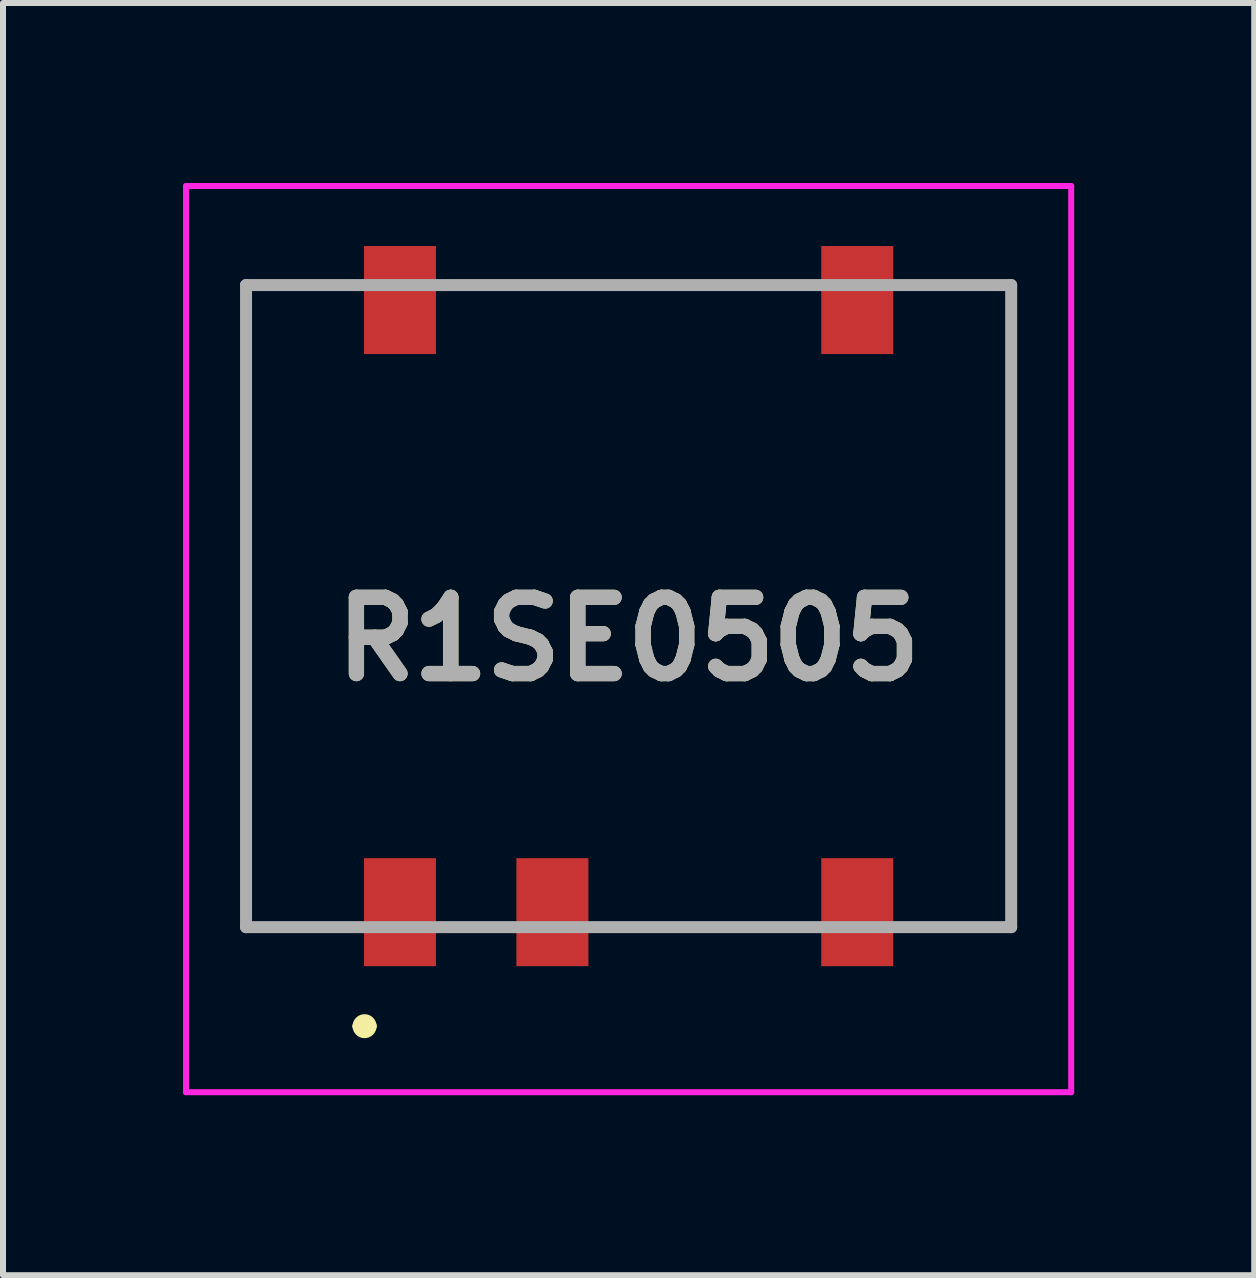
<source format=kicad_pcb>
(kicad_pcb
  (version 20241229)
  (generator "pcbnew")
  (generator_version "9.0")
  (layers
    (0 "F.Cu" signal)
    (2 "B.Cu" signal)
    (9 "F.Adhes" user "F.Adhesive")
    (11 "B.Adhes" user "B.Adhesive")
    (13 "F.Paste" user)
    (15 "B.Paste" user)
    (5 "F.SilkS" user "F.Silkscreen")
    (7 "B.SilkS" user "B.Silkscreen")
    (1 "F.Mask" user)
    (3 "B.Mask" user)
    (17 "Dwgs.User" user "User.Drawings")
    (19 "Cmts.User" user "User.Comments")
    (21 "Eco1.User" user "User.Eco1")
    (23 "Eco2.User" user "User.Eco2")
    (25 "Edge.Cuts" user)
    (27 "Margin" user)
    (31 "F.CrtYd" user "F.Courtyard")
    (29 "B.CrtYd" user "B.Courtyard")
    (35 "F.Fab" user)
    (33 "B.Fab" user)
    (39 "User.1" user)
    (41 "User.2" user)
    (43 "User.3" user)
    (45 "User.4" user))
  (footprint "R1SE0505"
    (layer "F.Cu")
    (at 7.425 7.05)
    (property "Reference" "R1SE0505" (at 0 0.55 0) (layer "F.SilkS") (effects (font (size 1.27 1.27) (thickness 0.254))))
    (attr smd)
    (fp_line (start -6.375 -5.35) (end -6.375 5.35) (stroke (width 0.1) (type solid)) (layer "F.SilkS"))
    (fp_line (start -6.375 5.35) (end -5 5.35) (stroke (width 0.1) (type solid)) (layer "F.SilkS"))
    (fp_line (start -5 -5.35) (end -6.375 -5.35) (stroke (width 0.1) (type solid)) (layer "F.SilkS"))
    (fp_line (start -4.5 7) (end -4.5 7) (stroke (width 0.2) (type solid)) (layer "F.SilkS"))
    (fp_line (start -4.3 7) (end -4.3 7) (stroke (width 0.2) (type solid)) (layer "F.SilkS"))
    (fp_line (start -2.5 -5.35) (end 2.5 -5.35) (stroke (width 0.1) (type solid)) (layer "F.SilkS"))
    (fp_line (start 0 5.35) (end 2.5 5.35) (stroke (width 0.1) (type solid)) (layer "F.SilkS"))
    (fp_line (start 5 -5.35) (end 6.375 -5.35) (stroke (width 0.1) (type solid)) (layer "F.SilkS"))
    (fp_line (start 6.375 -5.35) (end 6.375 5.35) (stroke (width 0.1) (type solid)) (layer "F.SilkS"))
    (fp_line (start 6.375 5.35) (end 5 5.35) (stroke (width 0.1) (type solid)) (layer "F.SilkS"))
    (fp_arc (start -4.5 7) (mid -4.4 6.9) (end -4.3 7) (stroke (width 0.2) (type solid)) (layer "F.SilkS"))
    (fp_arc (start -4.3 7) (mid -4.4 7.1) (end -4.5 7) (stroke (width 0.2) (type solid)) (layer "F.SilkS"))
    (fp_line (start -7.375 -7) (end 7.375 -7) (stroke (width 0.1) (type solid)) (layer "F.CrtYd"))
    (fp_line (start -7.375 8.1) (end -7.375 -7) (stroke (width 0.1) (type solid)) (layer "F.CrtYd"))
    (fp_line (start 7.375 -7) (end 7.375 8.1) (stroke (width 0.1) (type solid)) (layer "F.CrtYd"))
    (fp_line (start 7.375 8.1) (end -7.375 8.1) (stroke (width 0.1) (type solid)) (layer "F.CrtYd"))
    (fp_line (start -6.375 -5.35) (end 6.375 -5.35) (stroke (width 0.2) (type solid)) (layer "F.Fab"))
    (fp_line (start -6.375 5.35) (end -6.375 -5.35) (stroke (width 0.2) (type solid)) (layer "F.Fab"))
    (fp_line (start 6.375 -5.35) (end 6.375 5.35) (stroke (width 0.2) (type solid)) (layer "F.Fab"))
    (fp_line (start 6.375 5.35) (end -6.375 5.35) (stroke (width 0.2) (type solid)) (layer "F.Fab"))
    (fp_text user "${REFERENCE}" (at 0 0.55 0) (layer "F.Fab") (effects (font (size 1.27 1.27) (thickness 0.254))))
    (pad "1" smd rect (at -3.81 5.1) (size 1.2 1.8) (layers "F.Cu" "F.Mask" "F.Paste"))
    (pad "2" smd rect (at -1.27 5.1) (size 1.2 1.8) (layers "F.Cu" "F.Mask" "F.Paste"))
    (pad "4" smd rect (at 3.81 5.1) (size 1.2 1.8) (layers "F.Cu" "F.Mask" "F.Paste"))
    (pad "5" smd rect (at 3.81 -5.1) (size 1.2 1.8) (layers "F.Cu" "F.Mask" "F.Paste"))
    (pad "8" smd rect (at -3.81 -5.1) (size 1.2 1.8) (layers "F.Cu" "F.Mask" "F.Paste")))
  (gr_rect
    (start -3 -3)
    (end 17.85 18.2)
    (stroke (width 0.1) (type default))
    (fill no)
    (layer "Edge.Cuts")))
</source>
